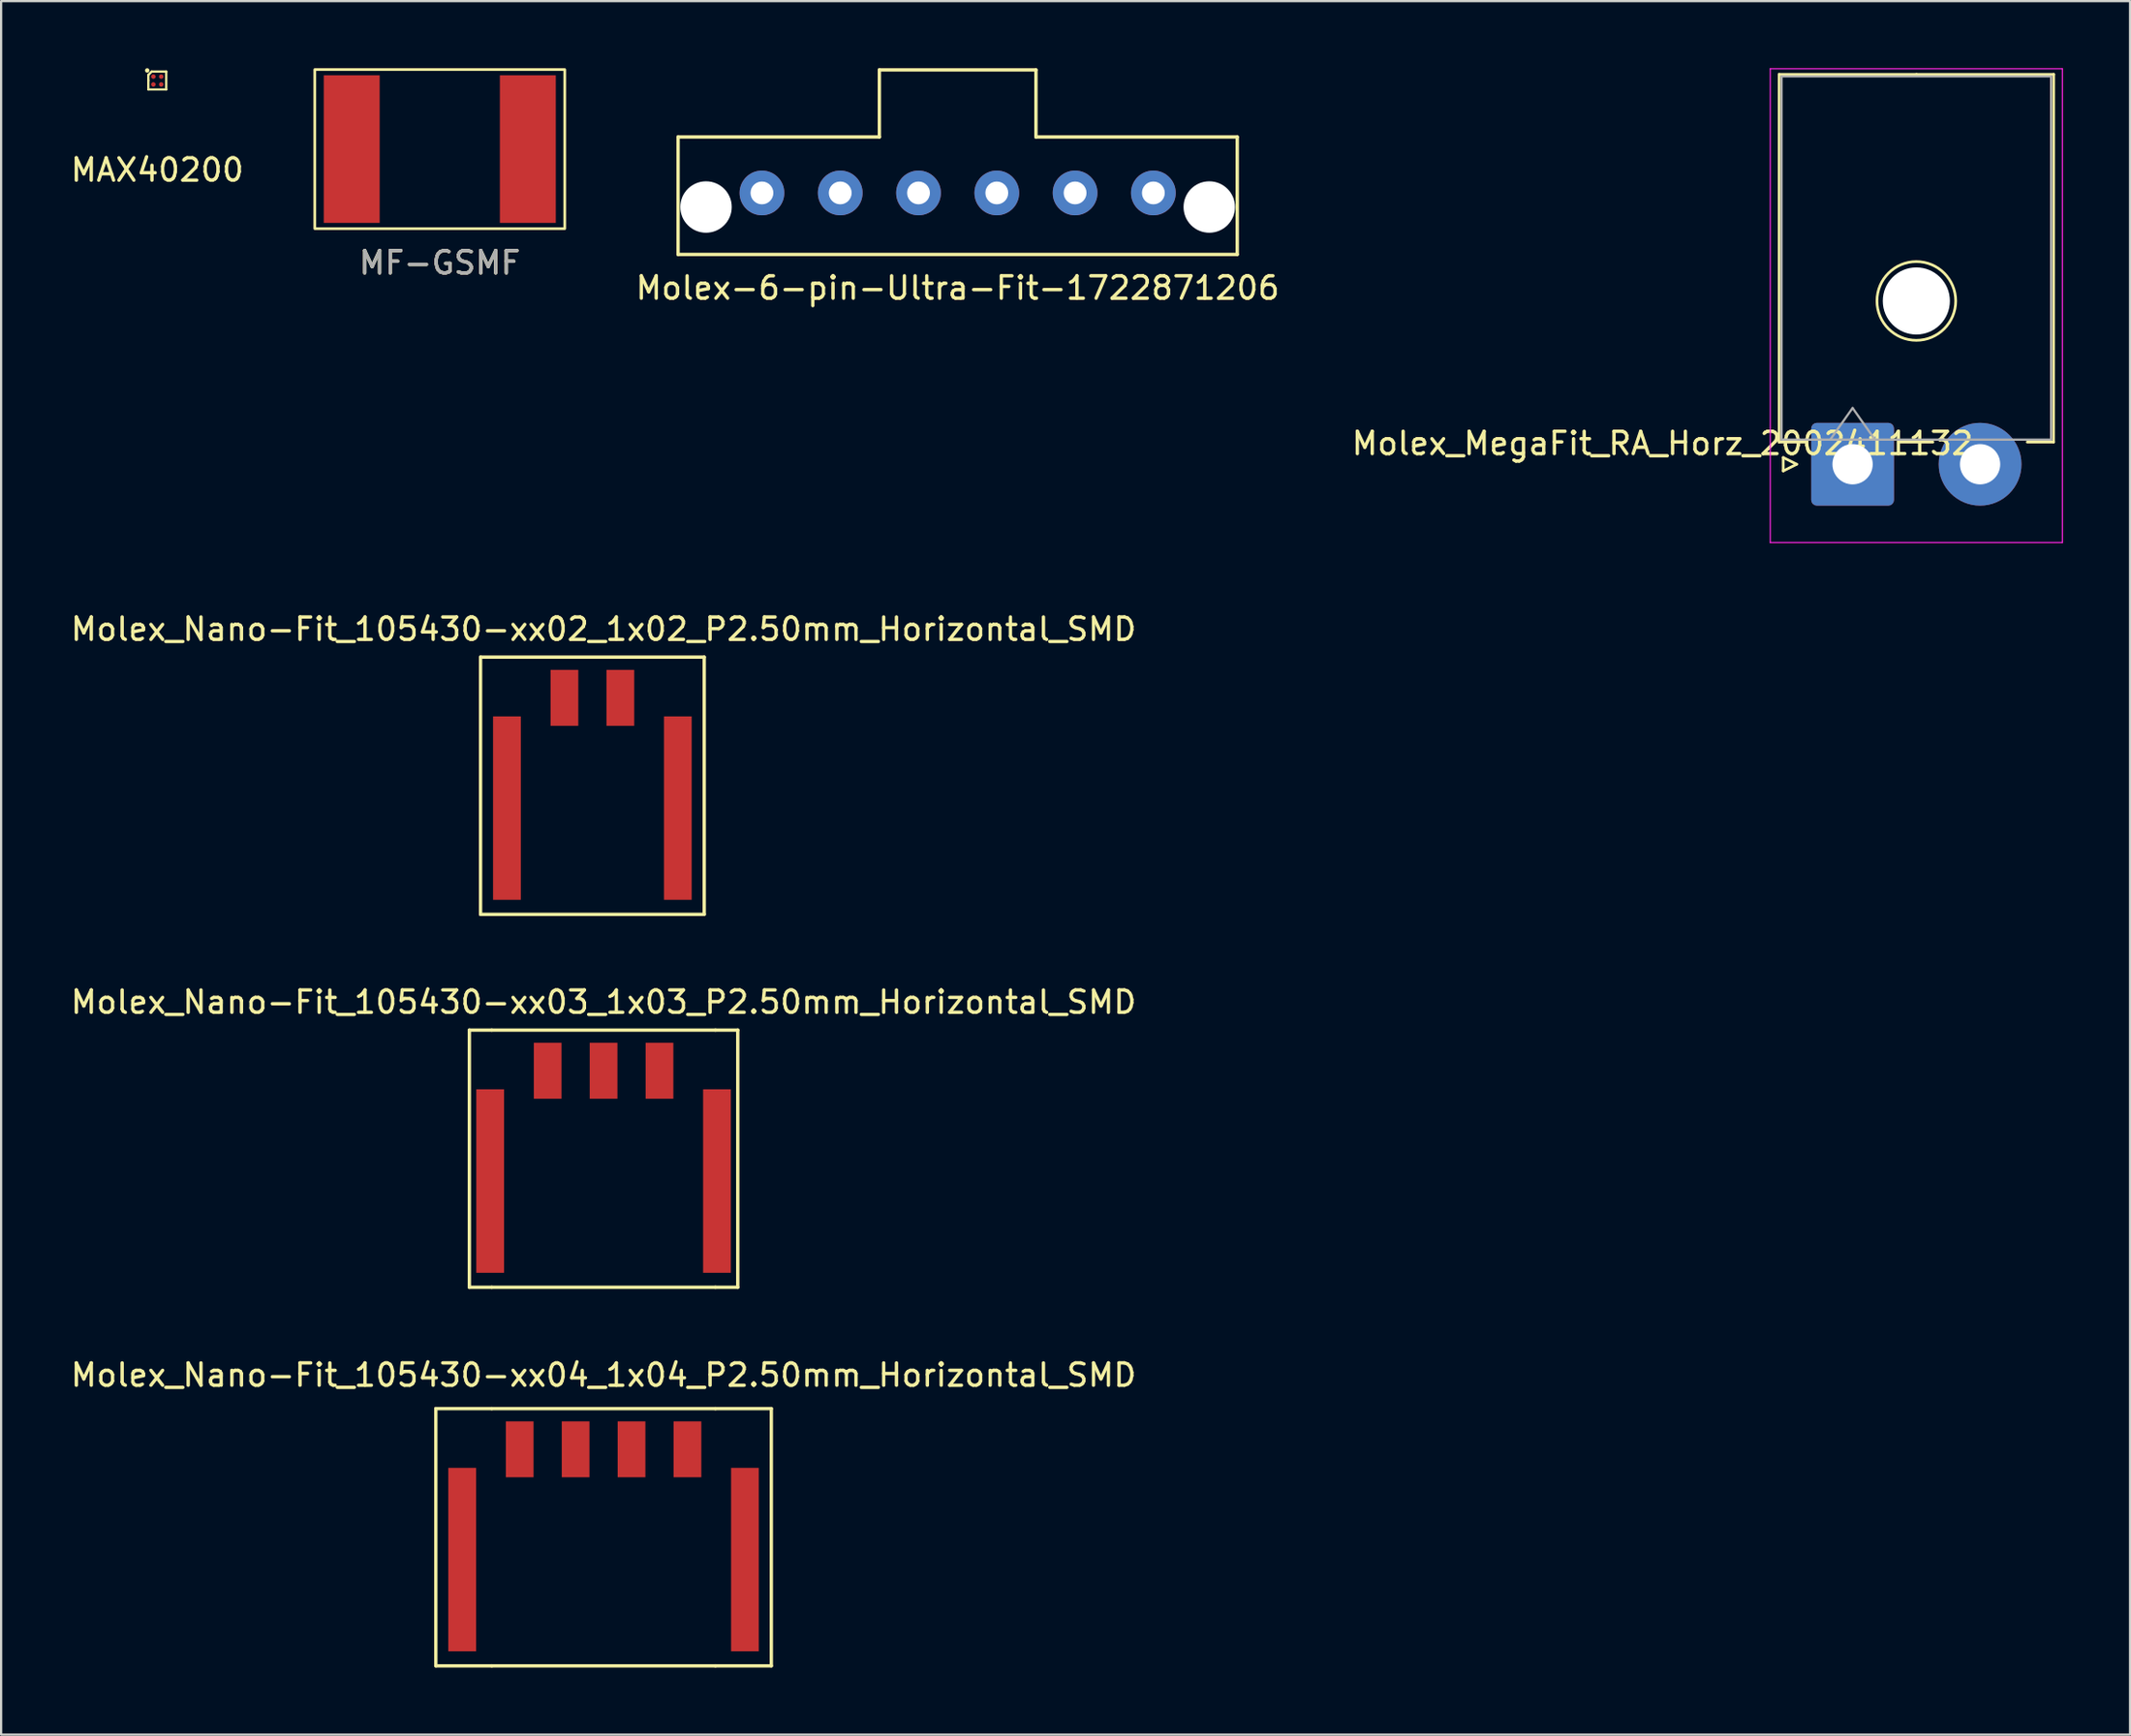
<source format=kicad_pcb>
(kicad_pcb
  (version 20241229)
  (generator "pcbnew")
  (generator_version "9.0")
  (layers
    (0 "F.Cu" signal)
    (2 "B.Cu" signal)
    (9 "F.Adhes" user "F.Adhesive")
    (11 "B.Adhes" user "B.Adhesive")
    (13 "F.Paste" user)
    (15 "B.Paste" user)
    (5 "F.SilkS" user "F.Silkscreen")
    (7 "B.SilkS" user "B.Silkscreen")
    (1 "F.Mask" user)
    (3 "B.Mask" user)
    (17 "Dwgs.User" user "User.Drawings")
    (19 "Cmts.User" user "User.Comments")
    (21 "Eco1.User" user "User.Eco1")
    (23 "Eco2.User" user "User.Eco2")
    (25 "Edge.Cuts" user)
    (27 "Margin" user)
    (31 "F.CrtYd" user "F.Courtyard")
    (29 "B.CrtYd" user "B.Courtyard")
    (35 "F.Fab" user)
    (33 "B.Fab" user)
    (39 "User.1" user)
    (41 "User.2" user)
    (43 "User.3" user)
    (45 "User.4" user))
  (footprint "Molex-6-pin-Ultra-Fit-1722871206"
    (layer "F.Cu")
    (at 39.766 5.575)
    (property "Reference" "Molex-6-pin-Ultra-Fit-1722871206" (at 0 4.25 0) (layer "F.SilkS") (effects (font (size 1 1) (thickness 0.15))))
    (attr through_hole)
    (fp_line (start -12.5 -2.5) (end -12.5 2.75) (stroke (width 0.15) (type solid)) (layer "F.SilkS"))
    (fp_line (start -12.5 2.75) (end 12.5 2.75) (stroke (width 0.15) (type solid)) (layer "F.SilkS"))
    (fp_line (start -3.5 -5.5) (end -3.5 -2.5) (stroke (width 0.15) (type solid)) (layer "F.SilkS"))
    (fp_line (start -3.5 -2.5) (end -12.5 -2.5) (stroke (width 0.15) (type solid)) (layer "F.SilkS"))
    (fp_line (start 3.5 -5.5) (end -3.5 -5.5) (stroke (width 0.15) (type solid)) (layer "F.SilkS"))
    (fp_line (start 3.5 -2.5) (end 3.5 -5.5) (stroke (width 0.15) (type solid)) (layer "F.SilkS"))
    (fp_line (start 12.5 -2.5) (end 3.5 -2.5) (stroke (width 0.15) (type solid)) (layer "F.SilkS"))
    (fp_line (start 12.5 2.75) (end 12.5 -2.5) (stroke (width 0.15) (type solid)) (layer "F.SilkS"))
    (pad "" np_thru_hole circle (at -11.25 0.63) (size 2.3 2.3) (drill 2.3) (layers "*.Cu" "*.Mask"))
    (pad "" np_thru_hole circle (at 11.25 0.63) (size 2.3 2.3) (drill 2.3) (layers "*.Cu" "*.Mask"))
    (pad "1" thru_hole circle (at -8.75 0) (size 2 2) (drill 1.02) (layers "*.Cu" "*.Mask"))
    (pad "2" thru_hole circle (at -5.25 0) (size 2 2) (drill 1.02) (layers "*.Cu" "*.Mask"))
    (pad "3" thru_hole circle (at -1.75 0) (size 2 2) (drill 1.02) (layers "*.Cu" "*.Mask"))
    (pad "4" thru_hole circle (at 1.75 0) (size 2 2) (drill 1.02) (layers "*.Cu" "*.Mask"))
    (pad "5" thru_hole circle (at 5.25 0) (size 2 2) (drill 1.02) (layers "*.Cu" "*.Mask"))
    (pad "6" thru_hole circle (at 8.75 0) (size 2 2) (drill 1.02) (layers "*.Cu" "*.Mask")))
  (footprint "Molex_MegaFit_RA_Horz_2002411132"
    (layer "F.Cu")
    (at 79.818 17.695)
    (property "Reference" "Molex_MegaFit_RA_Horz_2002411132" (at -8.54 -0.92 0) (layer "F.SilkS") (effects (font (size 1 1) (thickness 0.15))))
    (attr through_hole)
    (fp_line (start -3.325 -17.42) (end -3.325 -0.98) (stroke (width 0.12) (type solid)) (layer "F.SilkS"))
    (fp_line (start -3.325 -0.98) (end -2.15 -0.98) (stroke (width 0.12) (type solid)) (layer "F.SilkS"))
    (fp_line (start -3.14 -0.29) (end -2.54 0.01) (stroke (width 0.12) (type solid)) (layer "F.SilkS"))
    (fp_line (start -3.14 0.31) (end -3.14 -0.29) (stroke (width 0.12) (type solid)) (layer "F.SilkS"))
    (fp_line (start -2.54 0.01) (end -3.14 0.31) (stroke (width 0.12) (type solid)) (layer "F.SilkS"))
    (fp_line (start 2.07 -0.98) (end 3.55 -0.98) (stroke (width 0.12) (type solid)) (layer "F.SilkS"))
    (fp_line (start 2.815 -17.42) (end -3.325 -17.42) (stroke (width 0.12) (type solid)) (layer "F.SilkS"))
    (fp_line (start 2.815 -17.42) (end 8.95 -17.42) (stroke (width 0.12) (type solid)) (layer "F.SilkS"))
    (fp_line (start 8.945 -0.98) (end 7.77 -0.98) (stroke (width 0.12) (type solid)) (layer "F.SilkS"))
    (fp_line (start 8.95 -17.42) (end 8.945 -0.98) (stroke (width 0.12) (type solid)) (layer "F.SilkS"))
    (fp_circle (center 2.81 -7.29) (end 4.57 -7.29) (stroke (width 0.12) (type solid)) (fill no) (layer "F.SilkS"))
    (fp_line (start -3.72 -17.67) (end -3.72 3.51) (stroke (width 0.05) (type solid)) (layer "F.CrtYd"))
    (fp_line (start -3.72 3.51) (end 9.34 3.51) (stroke (width 0.05) (type solid)) (layer "F.CrtYd"))
    (fp_line (start 9.34 -17.67) (end -3.72 -17.67) (stroke (width 0.05) (type solid)) (layer "F.CrtYd"))
    (fp_line (start 9.34 3.51) (end 9.34 -17.67) (stroke (width 0.05) (type solid)) (layer "F.CrtYd"))
    (fp_line (start -3.215 -17.33) (end -3.215 -1.09) (stroke (width 0.1) (type solid)) (layer "F.Fab"))
    (fp_line (start -3.215 -1.09) (end 8.835 -1.09) (stroke (width 0.1) (type solid)) (layer "F.Fab"))
    (fp_line (start -1.04 -1.09) (end -0.04 -2.504) (stroke (width 0.1) (type solid)) (layer "F.Fab"))
    (fp_line (start -0.04 -2.504) (end 0.96 -1.09) (stroke (width 0.1) (type solid)) (layer "F.Fab"))
    (fp_line (start 8.835 -17.33) (end -3.215 -17.33) (stroke (width 0.1) (type solid)) (layer "F.Fab"))
    (fp_line (start 8.835 -1.09) (end 8.835 -17.33) (stroke (width 0.1) (type solid)) (layer "F.Fab"))
    (pad "" np_thru_hole circle (at 2.81 -7.29) (size 3 3) (drill 3) (layers "*.Cu" "*.Mask"))
    (pad "1" thru_hole roundrect (at -0.04 0.01) (size 3.7 3.7) (drill 1.8) (layers "*.Cu" "*.Mask") (roundrect_rratio 0.068))
    (pad "2" thru_hole circle (at 5.66 0.01) (size 3.7 3.7) (drill 1.8) (layers "*.Cu" "*.Mask")))
  (footprint "MF-GSMF"
    (layer "F.Cu")
    (at 16.612 3.616)
    (property "Reference" "MF-GSMF" (at 0 5.08 0) (unlocked yes) (layer "F.SilkS") (effects (font (size 1 1) (thickness 0.15))))
    (attr smd)
    (fp_rect (start -5.588 -3.556) (end 5.588 3.556) (stroke (width 0.12) (type solid)) (fill no) (layer "F.SilkS"))
    (fp_text user "${REFERENCE}" (at 0 5.08 0) (unlocked yes) (layer "F.Fab") (effects (font (size 1 1) (thickness 0.15))))
    (pad "1" smd rect (at -3.937 0) (size 2.5 6.6) (layers "F.Cu" "F.Mask" "F.Paste"))
    (pad "2" smd rect (at 3.937 0) (size 2.5 6.6) (layers "F.Cu" "F.Mask" "F.Paste")))
  (footprint "Molex_Nano-Fit_105430-xx04_1x04_P2.50mm_Horizontal_SMD"
    (layer "F.Cu")
    (at 23.935 66.675)
    (property "Reference" "Molex_Nano-Fit_105430-xx04_1x04_P2.50mm_Horizontal_SMD" (at 0 -8.25 0) (layer "F.SilkS") (effects (font (size 1 1) (thickness 0.15))))
    (attr through_hole)
    (fp_line (start -7.5 -6.75) (end -7.5 4.75) (stroke (width 0.15) (type solid)) (layer "F.SilkS"))
    (fp_line (start -7.5 4.75) (end -5 4.75) (stroke (width 0.15) (type solid)) (layer "F.SilkS"))
    (fp_line (start -5 -6.75) (end -7.5 -6.75) (stroke (width 0.15) (type solid)) (layer "F.SilkS"))
    (fp_line (start -5 -6.75) (end 5 -6.75) (stroke (width 0.15) (type solid)) (layer "F.SilkS"))
    (fp_line (start 5 -6.75) (end 7.5 -6.75) (stroke (width 0.15) (type solid)) (layer "F.SilkS"))
    (fp_line (start 5 4.75) (end -5 4.75) (stroke (width 0.15) (type solid)) (layer "F.SilkS"))
    (fp_line (start 7.5 -6.75) (end 7.5 4.75) (stroke (width 0.15) (type solid)) (layer "F.SilkS"))
    (fp_line (start 7.5 4.75) (end 5 4.75) (stroke (width 0.15) (type solid)) (layer "F.SilkS"))
    (pad "" smd rect (at -6.32 0) (size 1.24 8.2) (layers "F.Cu" "F.Mask" "F.Paste"))
    (pad "" smd rect (at 6.32 0) (size 1.24 8.2) (layers "F.Cu" "F.Mask" "F.Paste"))
    (pad "1" smd rect (at -3.75 -4.93) (size 1.24 2.5) (layers "F.Cu" "F.Mask" "F.Paste"))
    (pad "2" smd rect (at -1.25 -4.93) (size 1.24 2.5) (layers "F.Cu" "F.Mask" "F.Paste"))
    (pad "3" smd rect (at 1.25 -4.93) (size 1.24 2.5) (layers "F.Cu" "F.Mask" "F.Paste"))
    (pad "4" smd rect (at 3.75 -4.93) (size 1.24 2.5) (layers "F.Cu" "F.Mask" "F.Paste")))
  (footprint "Molex_Nano-Fit_105430-xx02_1x02_P2.50mm_Horizontal_SMD"
    (layer "F.Cu")
    (at 23.435 33.078)
    (property "Reference" "Molex_Nano-Fit_105430-xx02_1x02_P2.50mm_Horizontal_SMD" (at 0.5 -8 0) (layer "F.SilkS") (effects (font (size 1 1) (thickness 0.15))))
    (attr through_hole)
    (fp_line (start -5 -6.75) (end 5 -6.75) (stroke (width 0.15) (type solid)) (layer "F.SilkS"))
    (fp_line (start -5 4.75) (end -5 -6.75) (stroke (width 0.15) (type solid)) (layer "F.SilkS"))
    (fp_line (start 5 -6.75) (end 5 4.75) (stroke (width 0.15) (type solid)) (layer "F.SilkS"))
    (fp_line (start 5 4.75) (end -5 4.75) (stroke (width 0.15) (type solid)) (layer "F.SilkS"))
    (pad "" smd rect (at -3.82 0) (size 1.24 8.2) (layers "F.Cu" "F.Mask" "F.Paste"))
    (pad "" smd rect (at 3.82 0) (size 1.24 8.2) (layers "F.Cu" "F.Mask" "F.Paste"))
    (pad "1" smd rect (at -1.25 -4.93) (size 1.24 2.5) (layers "F.Cu" "F.Mask" "F.Paste"))
    (pad "2" smd rect (at 1.25 -4.93) (size 1.24 2.5) (layers "F.Cu" "F.Mask" "F.Paste")))
  (footprint "MAX40200"
    (layer "F.Cu")
    (at 3.982 0.55)
    (property "Reference" "MAX40200" (at 0 4 0) (layer "F.SilkS") (effects (font (size 1 1) (thickness 0.15))))
    (attr through_hole)
    (fp_line (start -0.4 -0.25) (end -0.25 -0.4) (stroke (width 0.1) (type solid)) (layer "F.SilkS"))
    (fp_line (start -0.4 0) (end -0.4 -0.25) (stroke (width 0.1) (type solid)) (layer "F.SilkS"))
    (fp_line (start -0.4 0.4) (end -0.4 0) (stroke (width 0.1) (type solid)) (layer "F.SilkS"))
    (fp_line (start -0.25 -0.4) (end 0.4 -0.4) (stroke (width 0.1) (type solid)) (layer "F.SilkS"))
    (fp_line (start 0.4 -0.4) (end 0.4 0.4) (stroke (width 0.1) (type solid)) (layer "F.SilkS"))
    (fp_line (start 0.4 0.4) (end -0.4 0.4) (stroke (width 0.1) (type solid)) (layer "F.SilkS"))
    (fp_circle (center -0.45 -0.45) (end -0.4 -0.45) (stroke (width 0.1) (type solid)) (fill no) (layer "F.SilkS"))
    (pad "A1" smd circle (at -0.175 -0.175) (size 0.2 0.2) (layers "F.Cu" "F.Mask" "F.Paste"))
    (pad "A2" smd circle (at 0.175 -0.175) (size 0.2 0.2) (layers "F.Cu" "F.Mask" "F.Paste"))
    (pad "B1" smd circle (at -0.175 0.175) (size 0.2 0.2) (layers "F.Cu" "F.Mask" "F.Paste"))
    (pad "B2" smd circle (at 0.175 0.175) (size 0.2 0.2) (layers "F.Cu" "F.Mask" "F.Paste")))
  (footprint "Molex_Nano-Fit_105430-xx03_1x03_P2.50mm_Horizontal_SMD"
    (layer "F.Cu")
    (at 23.935 49.752)
    (property "Reference" "Molex_Nano-Fit_105430-xx03_1x03_P2.50mm_Horizontal_SMD" (at 0 -8 0) (layer "F.SilkS") (effects (font (size 1 1) (thickness 0.15))))
    (attr through_hole)
    (fp_line (start -6 -6.75) (end -6 4.75) (stroke (width 0.15) (type solid)) (layer "F.SilkS"))
    (fp_line (start -6 4.75) (end -5 4.75) (stroke (width 0.15) (type solid)) (layer "F.SilkS"))
    (fp_line (start -5 -6.75) (end -6 -6.75) (stroke (width 0.15) (type solid)) (layer "F.SilkS"))
    (fp_line (start -5 -6.75) (end 5 -6.75) (stroke (width 0.15) (type solid)) (layer "F.SilkS"))
    (fp_line (start 5 -6.75) (end 6 -6.75) (stroke (width 0.15) (type solid)) (layer "F.SilkS"))
    (fp_line (start 5 4.75) (end -5 4.75) (stroke (width 0.15) (type solid)) (layer "F.SilkS"))
    (fp_line (start 6 -6.75) (end 6 4.75) (stroke (width 0.15) (type solid)) (layer "F.SilkS"))
    (fp_line (start 6 4.75) (end 5 4.75) (stroke (width 0.15) (type solid)) (layer "F.SilkS"))
    (pad "" smd rect (at -5.07 0) (size 1.24 8.2) (layers "F.Cu" "F.Mask" "F.Paste"))
    (pad "" smd rect (at 5.07 0) (size 1.24 8.2) (layers "F.Cu" "F.Mask" "F.Paste"))
    (pad "1" smd rect (at -2.5 -4.93) (size 1.24 2.5) (layers "F.Cu" "F.Mask" "F.Paste"))
    (pad "2" smd rect (at 0 -4.93) (size 1.24 2.5) (layers "F.Cu" "F.Mask" "F.Paste"))
    (pad "3" smd rect (at 2.5 -4.93) (size 1.24 2.5) (layers "F.Cu" "F.Mask" "F.Paste")))
  (gr_rect
    (start -3 -3)
    (end 92.183 74.5)
    (stroke (width 0.1) (type default))
    (fill no)
    (layer "Edge.Cuts")))
</source>
